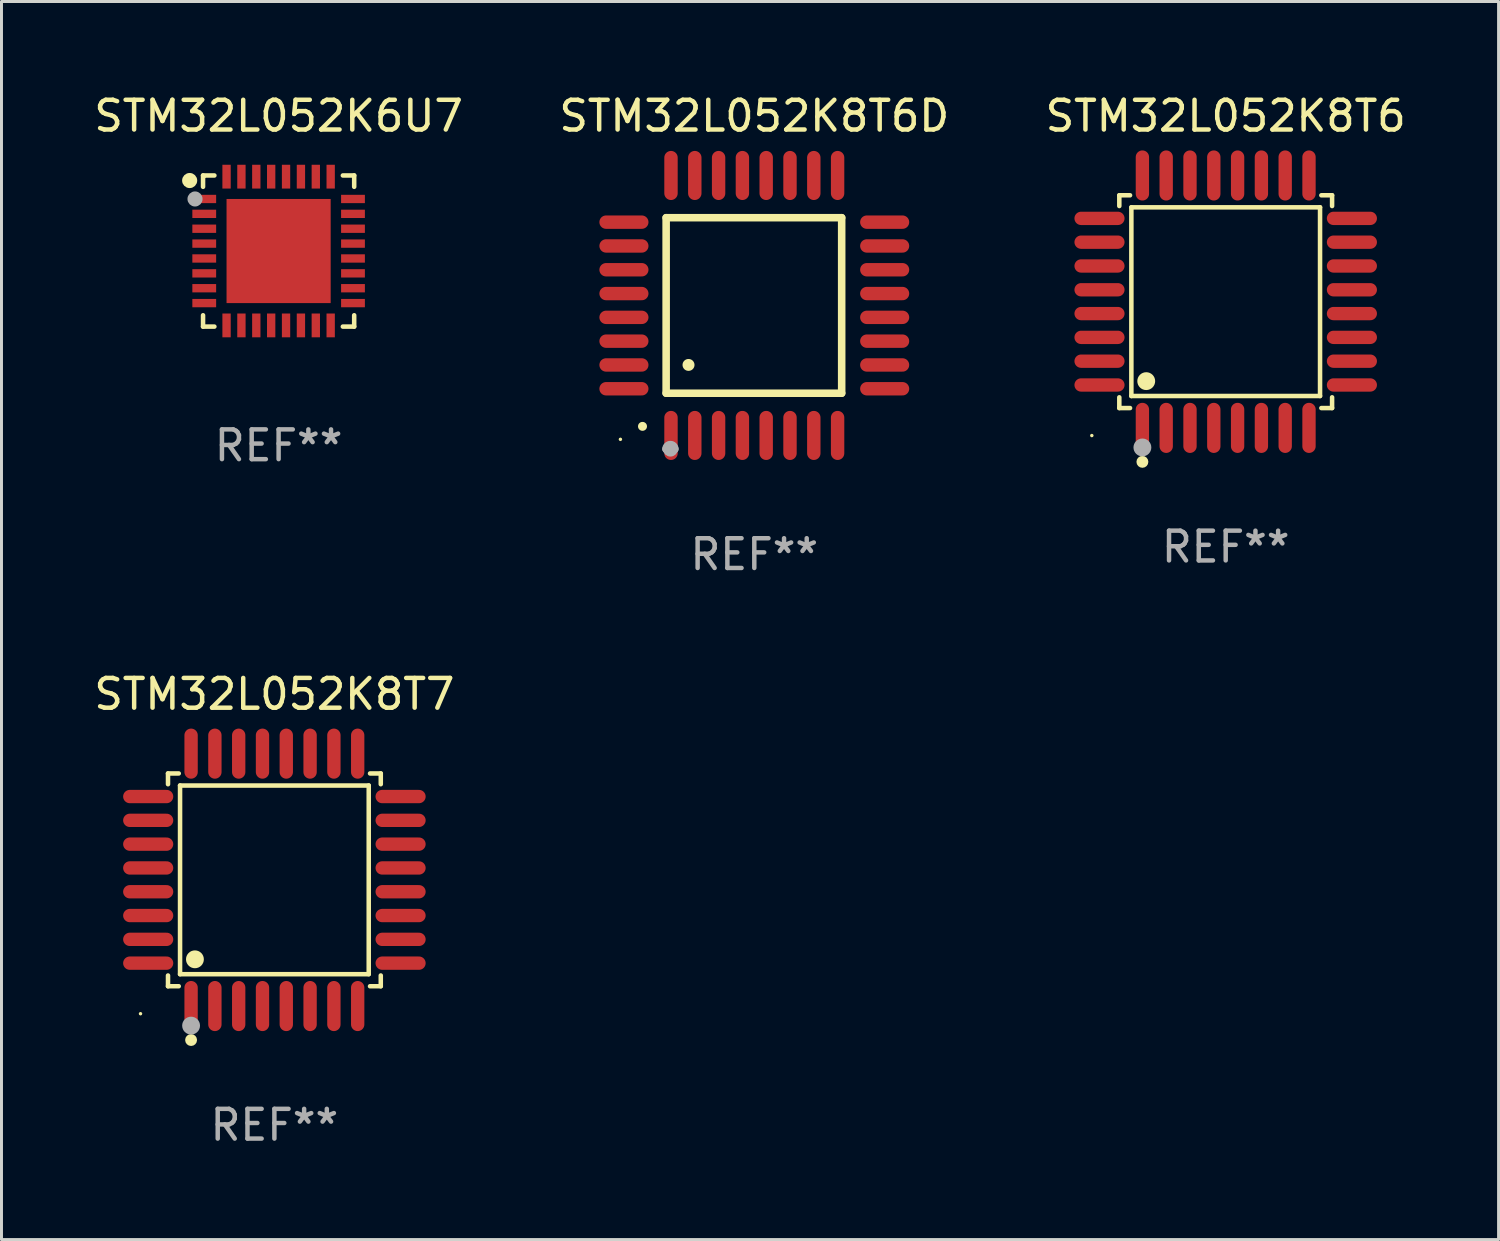
<source format=kicad_pcb>
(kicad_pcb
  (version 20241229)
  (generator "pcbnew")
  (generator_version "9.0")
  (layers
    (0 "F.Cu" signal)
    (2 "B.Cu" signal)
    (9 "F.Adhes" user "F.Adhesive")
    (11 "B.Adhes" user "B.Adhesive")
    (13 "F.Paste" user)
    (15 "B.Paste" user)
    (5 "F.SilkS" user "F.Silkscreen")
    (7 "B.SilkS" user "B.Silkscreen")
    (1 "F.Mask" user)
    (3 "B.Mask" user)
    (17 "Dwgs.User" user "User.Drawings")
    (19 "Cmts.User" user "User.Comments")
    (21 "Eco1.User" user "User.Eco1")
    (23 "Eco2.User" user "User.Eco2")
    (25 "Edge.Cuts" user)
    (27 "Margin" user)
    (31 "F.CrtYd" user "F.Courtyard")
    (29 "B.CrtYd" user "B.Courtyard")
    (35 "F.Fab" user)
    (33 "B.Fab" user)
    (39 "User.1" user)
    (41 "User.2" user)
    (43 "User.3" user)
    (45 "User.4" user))
  (footprint "STM32L052K8T6D"
    (layer "F.Cu")
    (at 22.304 7.217)
    (property "Reference" "STM32L052K8T6D" (at 0 -6.369 0) (layer "F.SilkS") (effects (font (size 1 1) (thickness 0.15))))
    (attr through_hole)
    (fp_line (start -2.963 -2.95) (end -2.963 2.95) (stroke (width 0.254) (type solid)) (layer "F.SilkS"))
    (fp_line (start -2.963 2.95) (end 2.937 2.95) (stroke (width 0.254) (type solid)) (layer "F.SilkS"))
    (fp_line (start 2.937 -2.95) (end -2.963 -2.95) (stroke (width 0.254) (type solid)) (layer "F.SilkS"))
    (fp_line (start 2.937 2.95) (end 2.937 -2.95) (stroke (width 0.254) (type solid)) (layer "F.SilkS"))
    (fp_arc (start -3.759208 4.064008) (mid -3.757938 4.064003) (end -3.756668 4.064008) (stroke (width 0.3) (type solid)) (layer "F.SilkS"))
    (fp_arc (start -2.212344 1.998984) (mid -2.211074 1.99898) (end -2.209804 1.998984) (stroke (width 0.4) (type solid)) (layer "F.SilkS"))
    (fp_circle (center -4.5 4.5) (end -4.47 4.5) (stroke (width 0.06) (type solid)) (fill no) (layer "F.SilkS"))
    (fp_arc (start -2.967489 4.82601) (mid -2.819406 4.677927) (end -2.671323 4.82601) (stroke (width 0.254001) (type solid)) (layer "F.Fab"))
    (fp_arc (start -2.967488 4.82601) (mid -2.819406 4.791053) (end -2.671324 4.82601) (stroke (width 0.254001) (type solid)) (layer "F.Fab"))
    (fp_circle (center -2.819 4.826) (end -2.692 4.826) (stroke (width 0.254) (type solid)) (fill no) (layer "F.Fab"))
    (fp_text user "REF**" (at 0 8.369 0) (layer "F.Fab") (effects (font (size 1 1) (thickness 0.15))))
    (pad "1" smd oval (at -2.8 4.369) (size 0.45 1.65) (layers "F.Cu" "F.Mask" "F.Paste"))
    (pad "2" smd oval (at -2 4.369) (size 0.45 1.65) (layers "F.Cu" "F.Mask" "F.Paste"))
    (pad "3" smd oval (at -1.2 4.369) (size 0.45 1.65) (layers "F.Cu" "F.Mask" "F.Paste"))
    (pad "4" smd oval (at -0.4 4.369) (size 0.45 1.65) (layers "F.Cu" "F.Mask" "F.Paste"))
    (pad "5" smd oval (at 0.4 4.369) (size 0.45 1.65) (layers "F.Cu" "F.Mask" "F.Paste"))
    (pad "6" smd oval (at 1.2 4.369) (size 0.45 1.65) (layers "F.Cu" "F.Mask" "F.Paste"))
    (pad "7" smd oval (at 2 4.369) (size 0.45 1.65) (layers "F.Cu" "F.Mask" "F.Paste"))
    (pad "8" smd oval (at 2.8 4.369) (size 0.45 1.65) (layers "F.Cu" "F.Mask" "F.Paste"))
    (pad "9" smd oval (at 4.382 2.8) (size 1.65 0.45) (layers "F.Cu" "F.Mask" "F.Paste"))
    (pad "10" smd oval (at 4.382 2) (size 1.65 0.45) (layers "F.Cu" "F.Mask" "F.Paste"))
    (pad "11" smd oval (at 4.382 1.2) (size 1.65 0.45) (layers "F.Cu" "F.Mask" "F.Paste"))
    (pad "12" smd oval (at 4.382 0.4) (size 1.65 0.45) (layers "F.Cu" "F.Mask" "F.Paste"))
    (pad "13" smd oval (at 4.382 -0.4) (size 1.65 0.45) (layers "F.Cu" "F.Mask" "F.Paste"))
    (pad "14" smd oval (at 4.382 -1.2) (size 1.65 0.45) (layers "F.Cu" "F.Mask" "F.Paste"))
    (pad "15" smd oval (at 4.382 -2) (size 1.65 0.45) (layers "F.Cu" "F.Mask" "F.Paste"))
    (pad "16" smd oval (at 4.382 -2.8) (size 1.65 0.45) (layers "F.Cu" "F.Mask" "F.Paste"))
    (pad "17" smd oval (at 2.8 -4.369) (size 0.45 1.65) (layers "F.Cu" "F.Mask" "F.Paste"))
    (pad "18" smd oval (at 2 -4.369) (size 0.45 1.65) (layers "F.Cu" "F.Mask" "F.Paste"))
    (pad "19" smd oval (at 1.2 -4.369) (size 0.45 1.65) (layers "F.Cu" "F.Mask" "F.Paste"))
    (pad "20" smd oval (at 0.4 -4.369) (size 0.45 1.65) (layers "F.Cu" "F.Mask" "F.Paste"))
    (pad "21" smd oval (at -0.4 -4.369) (size 0.45 1.65) (layers "F.Cu" "F.Mask" "F.Paste"))
    (pad "22" smd oval (at -1.2 -4.369) (size 0.45 1.65) (layers "F.Cu" "F.Mask" "F.Paste"))
    (pad "23" smd oval (at -2 -4.369) (size 0.45 1.65) (layers "F.Cu" "F.Mask" "F.Paste"))
    (pad "24" smd oval (at -2.8 -4.369) (size 0.45 1.65) (layers "F.Cu" "F.Mask" "F.Paste"))
    (pad "25" smd oval (at -4.382 -2.8) (size 1.65 0.45) (layers "F.Cu" "F.Mask" "F.Paste"))
    (pad "26" smd oval (at -4.382 -2) (size 1.65 0.45) (layers "F.Cu" "F.Mask" "F.Paste"))
    (pad "27" smd oval (at -4.382 -1.2) (size 1.65 0.45) (layers "F.Cu" "F.Mask" "F.Paste"))
    (pad "28" smd oval (at -4.382 -0.4) (size 1.65 0.45) (layers "F.Cu" "F.Mask" "F.Paste"))
    (pad "29" smd oval (at -4.382 0.4) (size 1.65 0.45) (layers "F.Cu" "F.Mask" "F.Paste"))
    (pad "30" smd oval (at -4.382 1.2) (size 1.65 0.45) (layers "F.Cu" "F.Mask" "F.Paste"))
    (pad "31" smd oval (at -4.382 2) (size 1.65 0.45) (layers "F.Cu" "F.Mask" "F.Paste"))
    (pad "32" smd oval (at -4.382 2.8) (size 1.65 0.45) (layers "F.Cu" "F.Mask" "F.Paste")))
  (footprint "STM32L052K8T7"
    (layer "F.Cu")
    (at 6.173 26.524)
    (property "Reference" "STM32L052K8T7" (at 0 -6.242 0) (layer "F.SilkS") (effects (font (size 1 1) (thickness 0.15))))
    (attr through_hole)
    (fp_line (start -3.576 -3.576) (end -3.215 -3.576) (stroke (width 0.152) (type solid)) (layer "F.SilkS"))
    (fp_line (start -3.576 -3.215) (end -3.576 -3.576) (stroke (width 0.152) (type solid)) (layer "F.SilkS"))
    (fp_line (start -3.576 3.215) (end -3.576 3.576) (stroke (width 0.152) (type solid)) (layer "F.SilkS"))
    (fp_line (start -3.576 3.576) (end -3.215 3.576) (stroke (width 0.152) (type solid)) (layer "F.SilkS"))
    (fp_line (start -3.171 -3.171) (end 3.171 -3.171) (stroke (width 0.152) (type solid)) (layer "F.SilkS"))
    (fp_line (start -3.171 3.171) (end -3.171 -3.171) (stroke (width 0.152) (type solid)) (layer "F.SilkS"))
    (fp_line (start 3.171 -3.171) (end 3.171 3.171) (stroke (width 0.152) (type solid)) (layer "F.SilkS"))
    (fp_line (start 3.171 3.171) (end -3.171 3.171) (stroke (width 0.152) (type solid)) (layer "F.SilkS"))
    (fp_line (start 3.576 -3.576) (end 3.215 -3.576) (stroke (width 0.152) (type solid)) (layer "F.SilkS"))
    (fp_line (start 3.576 -3.215) (end 3.576 -3.576) (stroke (width 0.152) (type solid)) (layer "F.SilkS"))
    (fp_line (start 3.576 3.215) (end 3.576 3.576) (stroke (width 0.152) (type solid)) (layer "F.SilkS"))
    (fp_line (start 3.576 3.576) (end 3.215 3.576) (stroke (width 0.152) (type solid)) (layer "F.SilkS"))
    (fp_circle (center -4.5 4.5) (end -4.47 4.5) (stroke (width 0.06) (type solid)) (fill no) (layer "F.SilkS"))
    (fp_circle (center -2.8 5.384) (end -2.7 5.384) (stroke (width 0.2) (type solid)) (fill no) (layer "F.SilkS"))
    (fp_circle (center -2.671 2.671) (end -2.521 2.671) (stroke (width 0.3) (type solid)) (fill no) (layer "F.SilkS"))
    (fp_circle (center -2.8 4.9) (end -2.65 4.9) (stroke (width 0.3) (type solid)) (fill no) (layer "F.Fab"))
    (fp_text user "REF**" (at 0 8.242 0) (layer "F.Fab") (effects (font (size 1 1) (thickness 0.15))))
    (pad "1" smd oval (at -2.8 4.242) (size 0.448 1.684) (layers "F.Cu" "F.Mask" "F.Paste"))
    (pad "2" smd oval (at -2 4.242) (size 0.448 1.684) (layers "F.Cu" "F.Mask" "F.Paste"))
    (pad "3" smd oval (at -1.2 4.242) (size 0.448 1.684) (layers "F.Cu" "F.Mask" "F.Paste"))
    (pad "4" smd oval (at -0.4 4.242) (size 0.448 1.684) (layers "F.Cu" "F.Mask" "F.Paste"))
    (pad "5" smd oval (at 0.4 4.242) (size 0.448 1.684) (layers "F.Cu" "F.Mask" "F.Paste"))
    (pad "6" smd oval (at 1.2 4.242) (size 0.448 1.684) (layers "F.Cu" "F.Mask" "F.Paste"))
    (pad "7" smd oval (at 2 4.242) (size 0.448 1.684) (layers "F.Cu" "F.Mask" "F.Paste"))
    (pad "8" smd oval (at 2.8 4.242) (size 0.448 1.684) (layers "F.Cu" "F.Mask" "F.Paste"))
    (pad "9" smd oval (at 4.242 2.8) (size 1.684 0.448) (layers "F.Cu" "F.Mask" "F.Paste"))
    (pad "10" smd oval (at 4.242 2) (size 1.684 0.448) (layers "F.Cu" "F.Mask" "F.Paste"))
    (pad "11" smd oval (at 4.242 1.2) (size 1.684 0.448) (layers "F.Cu" "F.Mask" "F.Paste"))
    (pad "12" smd oval (at 4.242 0.4) (size 1.684 0.448) (layers "F.Cu" "F.Mask" "F.Paste"))
    (pad "13" smd oval (at 4.242 -0.4) (size 1.684 0.448) (layers "F.Cu" "F.Mask" "F.Paste"))
    (pad "14" smd oval (at 4.242 -1.2) (size 1.684 0.448) (layers "F.Cu" "F.Mask" "F.Paste"))
    (pad "15" smd oval (at 4.242 -2) (size 1.684 0.448) (layers "F.Cu" "F.Mask" "F.Paste"))
    (pad "16" smd oval (at 4.242 -2.8) (size 1.684 0.448) (layers "F.Cu" "F.Mask" "F.Paste"))
    (pad "17" smd oval (at 2.8 -4.242) (size 0.448 1.684) (layers "F.Cu" "F.Mask" "F.Paste"))
    (pad "18" smd oval (at 2 -4.242) (size 0.448 1.684) (layers "F.Cu" "F.Mask" "F.Paste"))
    (pad "19" smd oval (at 1.2 -4.242) (size 0.448 1.684) (layers "F.Cu" "F.Mask" "F.Paste"))
    (pad "20" smd oval (at 0.4 -4.242) (size 0.448 1.684) (layers "F.Cu" "F.Mask" "F.Paste"))
    (pad "21" smd oval (at -0.4 -4.242) (size 0.448 1.684) (layers "F.Cu" "F.Mask" "F.Paste"))
    (pad "22" smd oval (at -1.2 -4.242) (size 0.448 1.684) (layers "F.Cu" "F.Mask" "F.Paste"))
    (pad "23" smd oval (at -2 -4.242) (size 0.448 1.684) (layers "F.Cu" "F.Mask" "F.Paste"))
    (pad "24" smd oval (at -2.8 -4.242) (size 0.448 1.684) (layers "F.Cu" "F.Mask" "F.Paste"))
    (pad "25" smd oval (at -4.242 -2.8) (size 1.684 0.448) (layers "F.Cu" "F.Mask" "F.Paste"))
    (pad "26" smd oval (at -4.242 -2) (size 1.684 0.448) (layers "F.Cu" "F.Mask" "F.Paste"))
    (pad "27" smd oval (at -4.242 -1.2) (size 1.684 0.448) (layers "F.Cu" "F.Mask" "F.Paste"))
    (pad "28" smd oval (at -4.242 -0.4) (size 1.684 0.448) (layers "F.Cu" "F.Mask" "F.Paste"))
    (pad "29" smd oval (at -4.242 0.4) (size 1.684 0.448) (layers "F.Cu" "F.Mask" "F.Paste"))
    (pad "30" smd oval (at -4.242 1.2) (size 1.684 0.448) (layers "F.Cu" "F.Mask" "F.Paste"))
    (pad "31" smd oval (at -4.242 2) (size 1.684 0.448) (layers "F.Cu" "F.Mask" "F.Paste"))
    (pad "32" smd oval (at -4.242 2.8) (size 1.684 0.448) (layers "F.Cu" "F.Mask" "F.Paste")))
  (footprint "STM32L052K8T6"
    (layer "F.Cu")
    (at 38.149 7.09)
    (property "Reference" "STM32L052K8T6" (at 0 -6.242 0) (layer "F.SilkS") (effects (font (size 1 1) (thickness 0.15))))
    (attr through_hole)
    (fp_line (start -3.576 -3.576) (end -3.215 -3.576) (stroke (width 0.152) (type solid)) (layer "F.SilkS"))
    (fp_line (start -3.576 -3.215) (end -3.576 -3.576) (stroke (width 0.152) (type solid)) (layer "F.SilkS"))
    (fp_line (start -3.576 3.215) (end -3.576 3.576) (stroke (width 0.152) (type solid)) (layer "F.SilkS"))
    (fp_line (start -3.576 3.576) (end -3.215 3.576) (stroke (width 0.152) (type solid)) (layer "F.SilkS"))
    (fp_line (start -3.171 -3.171) (end 3.171 -3.171) (stroke (width 0.152) (type solid)) (layer "F.SilkS"))
    (fp_line (start -3.171 3.171) (end -3.171 -3.171) (stroke (width 0.152) (type solid)) (layer "F.SilkS"))
    (fp_line (start 3.171 -3.171) (end 3.171 3.171) (stroke (width 0.152) (type solid)) (layer "F.SilkS"))
    (fp_line (start 3.171 3.171) (end -3.171 3.171) (stroke (width 0.152) (type solid)) (layer "F.SilkS"))
    (fp_line (start 3.576 -3.576) (end 3.215 -3.576) (stroke (width 0.152) (type solid)) (layer "F.SilkS"))
    (fp_line (start 3.576 -3.215) (end 3.576 -3.576) (stroke (width 0.152) (type solid)) (layer "F.SilkS"))
    (fp_line (start 3.576 3.215) (end 3.576 3.576) (stroke (width 0.152) (type solid)) (layer "F.SilkS"))
    (fp_line (start 3.576 3.576) (end 3.215 3.576) (stroke (width 0.152) (type solid)) (layer "F.SilkS"))
    (fp_circle (center -4.5 4.5) (end -4.47 4.5) (stroke (width 0.06) (type solid)) (fill no) (layer "F.SilkS"))
    (fp_circle (center -2.8 5.384) (end -2.7 5.384) (stroke (width 0.2) (type solid)) (fill no) (layer "F.SilkS"))
    (fp_circle (center -2.671 2.671) (end -2.521 2.671) (stroke (width 0.3) (type solid)) (fill no) (layer "F.SilkS"))
    (fp_circle (center -2.8 4.9) (end -2.65 4.9) (stroke (width 0.3) (type solid)) (fill no) (layer "F.Fab"))
    (fp_text user "REF**" (at 0 8.242 0) (layer "F.Fab") (effects (font (size 1 1) (thickness 0.15))))
    (pad "1" smd oval (at -2.8 4.242) (size 0.448 1.684) (layers "F.Cu" "F.Mask" "F.Paste"))
    (pad "2" smd oval (at -2 4.242) (size 0.448 1.684) (layers "F.Cu" "F.Mask" "F.Paste"))
    (pad "3" smd oval (at -1.2 4.242) (size 0.448 1.684) (layers "F.Cu" "F.Mask" "F.Paste"))
    (pad "4" smd oval (at -0.4 4.242) (size 0.448 1.684) (layers "F.Cu" "F.Mask" "F.Paste"))
    (pad "5" smd oval (at 0.4 4.242) (size 0.448 1.684) (layers "F.Cu" "F.Mask" "F.Paste"))
    (pad "6" smd oval (at 1.2 4.242) (size 0.448 1.684) (layers "F.Cu" "F.Mask" "F.Paste"))
    (pad "7" smd oval (at 2 4.242) (size 0.448 1.684) (layers "F.Cu" "F.Mask" "F.Paste"))
    (pad "8" smd oval (at 2.8 4.242) (size 0.448 1.684) (layers "F.Cu" "F.Mask" "F.Paste"))
    (pad "9" smd oval (at 4.242 2.8) (size 1.684 0.448) (layers "F.Cu" "F.Mask" "F.Paste"))
    (pad "10" smd oval (at 4.242 2) (size 1.684 0.448) (layers "F.Cu" "F.Mask" "F.Paste"))
    (pad "11" smd oval (at 4.242 1.2) (size 1.684 0.448) (layers "F.Cu" "F.Mask" "F.Paste"))
    (pad "12" smd oval (at 4.242 0.4) (size 1.684 0.448) (layers "F.Cu" "F.Mask" "F.Paste"))
    (pad "13" smd oval (at 4.242 -0.4) (size 1.684 0.448) (layers "F.Cu" "F.Mask" "F.Paste"))
    (pad "14" smd oval (at 4.242 -1.2) (size 1.684 0.448) (layers "F.Cu" "F.Mask" "F.Paste"))
    (pad "15" smd oval (at 4.242 -2) (size 1.684 0.448) (layers "F.Cu" "F.Mask" "F.Paste"))
    (pad "16" smd oval (at 4.242 -2.8) (size 1.684 0.448) (layers "F.Cu" "F.Mask" "F.Paste"))
    (pad "17" smd oval (at 2.8 -4.242) (size 0.448 1.684) (layers "F.Cu" "F.Mask" "F.Paste"))
    (pad "18" smd oval (at 2 -4.242) (size 0.448 1.684) (layers "F.Cu" "F.Mask" "F.Paste"))
    (pad "19" smd oval (at 1.2 -4.242) (size 0.448 1.684) (layers "F.Cu" "F.Mask" "F.Paste"))
    (pad "20" smd oval (at 0.4 -4.242) (size 0.448 1.684) (layers "F.Cu" "F.Mask" "F.Paste"))
    (pad "21" smd oval (at -0.4 -4.242) (size 0.448 1.684) (layers "F.Cu" "F.Mask" "F.Paste"))
    (pad "22" smd oval (at -1.2 -4.242) (size 0.448 1.684) (layers "F.Cu" "F.Mask" "F.Paste"))
    (pad "23" smd oval (at -2 -4.242) (size 0.448 1.684) (layers "F.Cu" "F.Mask" "F.Paste"))
    (pad "24" smd oval (at -2.8 -4.242) (size 0.448 1.684) (layers "F.Cu" "F.Mask" "F.Paste"))
    (pad "25" smd oval (at -4.242 -2.8) (size 1.684 0.448) (layers "F.Cu" "F.Mask" "F.Paste"))
    (pad "26" smd oval (at -4.242 -2) (size 1.684 0.448) (layers "F.Cu" "F.Mask" "F.Paste"))
    (pad "27" smd oval (at -4.242 -1.2) (size 1.684 0.448) (layers "F.Cu" "F.Mask" "F.Paste"))
    (pad "28" smd oval (at -4.242 -0.4) (size 1.684 0.448) (layers "F.Cu" "F.Mask" "F.Paste"))
    (pad "29" smd oval (at -4.242 0.4) (size 1.684 0.448) (layers "F.Cu" "F.Mask" "F.Paste"))
    (pad "30" smd oval (at -4.242 1.2) (size 1.684 0.448) (layers "F.Cu" "F.Mask" "F.Paste"))
    (pad "31" smd oval (at -4.242 2) (size 1.684 0.448) (layers "F.Cu" "F.Mask" "F.Paste"))
    (pad "32" smd oval (at -4.242 2.8) (size 1.684 0.448) (layers "F.Cu" "F.Mask" "F.Paste")))
  (footprint "STM32L052K6U7"
    (layer "F.Cu")
    (at 6.315 5.388)
    (property "Reference" "STM32L052K6U7" (at 0 -4.54 0) (layer "F.SilkS") (effects (font (size 1 1) (thickness 0.15))))
    (attr through_hole)
    (fp_line (start -2.54 -2.54) (end -2.159 -2.54) (stroke (width 0.152) (type solid)) (layer "F.SilkS"))
    (fp_line (start -2.54 -2.159) (end -2.54 -2.54) (stroke (width 0.152) (type solid)) (layer "F.SilkS"))
    (fp_line (start -2.54 2.54) (end -2.54 2.159) (stroke (width 0.152) (type solid)) (layer "F.SilkS"))
    (fp_line (start -2.159 2.54) (end -2.54 2.54) (stroke (width 0.152) (type solid)) (layer "F.SilkS"))
    (fp_line (start 2.159 -2.54) (end 2.54 -2.54) (stroke (width 0.152) (type solid)) (layer "F.SilkS"))
    (fp_line (start 2.54 -2.54) (end 2.54 -2.159) (stroke (width 0.152) (type solid)) (layer "F.SilkS"))
    (fp_line (start 2.54 2.159) (end 2.54 2.54) (stroke (width 0.152) (type solid)) (layer "F.SilkS"))
    (fp_line (start 2.54 2.54) (end 2.159 2.54) (stroke (width 0.152) (type solid)) (layer "F.SilkS"))
    (fp_circle (center -2.99 -2.37) (end -2.863 -2.37) (stroke (width 0.254) (type solid)) (fill no) (layer "F.SilkS"))
    (fp_circle (center -2.5 -2.5) (end -2.47 -2.5) (stroke (width 0.06) (type solid)) (fill no) (layer "F.SilkS"))
    (fp_circle (center -2.81 -1.75) (end -2.683 -1.75) (stroke (width 0.254) (type solid)) (fill no) (layer "F.Fab"))
    (fp_text user "REF**" (at 0 6.54 0) (layer "F.Fab") (effects (font (size 1 1) (thickness 0.15))))
    (pad "1" smd rect (at -2.5 -1.75 270) (size 0.28 0.8) (layers "F.Cu" "F.Mask" "F.Paste"))
    (pad "2" smd rect (at -2.5 -1.25 270) (size 0.28 0.8) (layers "F.Cu" "F.Mask" "F.Paste"))
    (pad "3" smd rect (at -2.5 -0.75 270) (size 0.28 0.8) (layers "F.Cu" "F.Mask" "F.Paste"))
    (pad "4" smd rect (at -2.5 -0.25 270) (size 0.28 0.8) (layers "F.Cu" "F.Mask" "F.Paste"))
    (pad "5" smd rect (at -2.5 0.25 270) (size 0.28 0.8) (layers "F.Cu" "F.Mask" "F.Paste"))
    (pad "6" smd rect (at -2.5 0.75 270) (size 0.28 0.8) (layers "F.Cu" "F.Mask" "F.Paste"))
    (pad "7" smd rect (at -2.5 1.25 270) (size 0.28 0.8) (layers "F.Cu" "F.Mask" "F.Paste"))
    (pad "8" smd rect (at -2.5 1.75 270) (size 0.28 0.8) (layers "F.Cu" "F.Mask" "F.Paste"))
    (pad "9" smd rect (at -1.75 2.5 270) (size 0.8 0.28) (layers "F.Cu" "F.Mask" "F.Paste"))
    (pad "10" smd rect (at -1.25 2.5 270) (size 0.8 0.28) (layers "F.Cu" "F.Mask" "F.Paste"))
    (pad "11" smd rect (at -0.75 2.5 270) (size 0.8 0.28) (layers "F.Cu" "F.Mask" "F.Paste"))
    (pad "12" smd rect (at -0.25 2.5 270) (size 0.8 0.28) (layers "F.Cu" "F.Mask" "F.Paste"))
    (pad "13" smd rect (at 0.25 2.5 270) (size 0.8 0.28) (layers "F.Cu" "F.Mask" "F.Paste"))
    (pad "14" smd rect (at 0.75 2.5 270) (size 0.8 0.28) (layers "F.Cu" "F.Mask" "F.Paste"))
    (pad "15" smd rect (at 1.25 2.5 270) (size 0.8 0.28) (layers "F.Cu" "F.Mask" "F.Paste"))
    (pad "16" smd rect (at 1.75 2.5 270) (size 0.8 0.28) (layers "F.Cu" "F.Mask" "F.Paste"))
    (pad "17" smd rect (at 2.5 1.75 270) (size 0.28 0.8) (layers "F.Cu" "F.Mask" "F.Paste"))
    (pad "18" smd rect (at 2.5 1.25 270) (size 0.28 0.8) (layers "F.Cu" "F.Mask" "F.Paste"))
    (pad "19" smd rect (at 2.5 0.75 270) (size 0.28 0.8) (layers "F.Cu" "F.Mask" "F.Paste"))
    (pad "20" smd rect (at 2.5 0.25 270) (size 0.28 0.8) (layers "F.Cu" "F.Mask" "F.Paste"))
    (pad "21" smd rect (at 2.5 -0.25 270) (size 0.28 0.8) (layers "F.Cu" "F.Mask" "F.Paste"))
    (pad "22" smd rect (at 2.5 -0.75 270) (size 0.28 0.8) (layers "F.Cu" "F.Mask" "F.Paste"))
    (pad "23" smd rect (at 2.5 -1.25 270) (size 0.28 0.8) (layers "F.Cu" "F.Mask" "F.Paste"))
    (pad "24" smd rect (at 2.5 -1.75 270) (size 0.28 0.8) (layers "F.Cu" "F.Mask" "F.Paste"))
    (pad "25" smd rect (at 1.75 -2.5 270) (size 0.8 0.28) (layers "F.Cu" "F.Mask" "F.Paste"))
    (pad "26" smd rect (at 1.25 -2.5 270) (size 0.8 0.28) (layers "F.Cu" "F.Mask" "F.Paste"))
    (pad "27" smd rect (at 0.75 -2.5 270) (size 0.8 0.28) (layers "F.Cu" "F.Mask" "F.Paste"))
    (pad "28" smd rect (at 0.25 -2.5 270) (size 0.8 0.28) (layers "F.Cu" "F.Mask" "F.Paste"))
    (pad "29" smd rect (at -0.25 -2.5 270) (size 0.8 0.28) (layers "F.Cu" "F.Mask" "F.Paste"))
    (pad "30" smd rect (at -0.75 -2.5 270) (size 0.8 0.28) (layers "F.Cu" "F.Mask" "F.Paste"))
    (pad "31" smd rect (at -1.25 -2.5 270) (size 0.8 0.28) (layers "F.Cu" "F.Mask" "F.Paste"))
    (pad "32" smd rect (at -1.75 -2.5 270) (size 0.8 0.28) (layers "F.Cu" "F.Mask" "F.Paste"))
    (pad "33" smd rect (at -0.000102 0.000102 270) (size 3.5 3.5) (layers "F.Cu" "F.Mask" "F.Paste")))
  (gr_rect
    (start -3 -3)
    (end 47.321 38.615)
    (stroke (width 0.1) (type default))
    (fill no)
    (layer "Edge.Cuts")))
</source>
